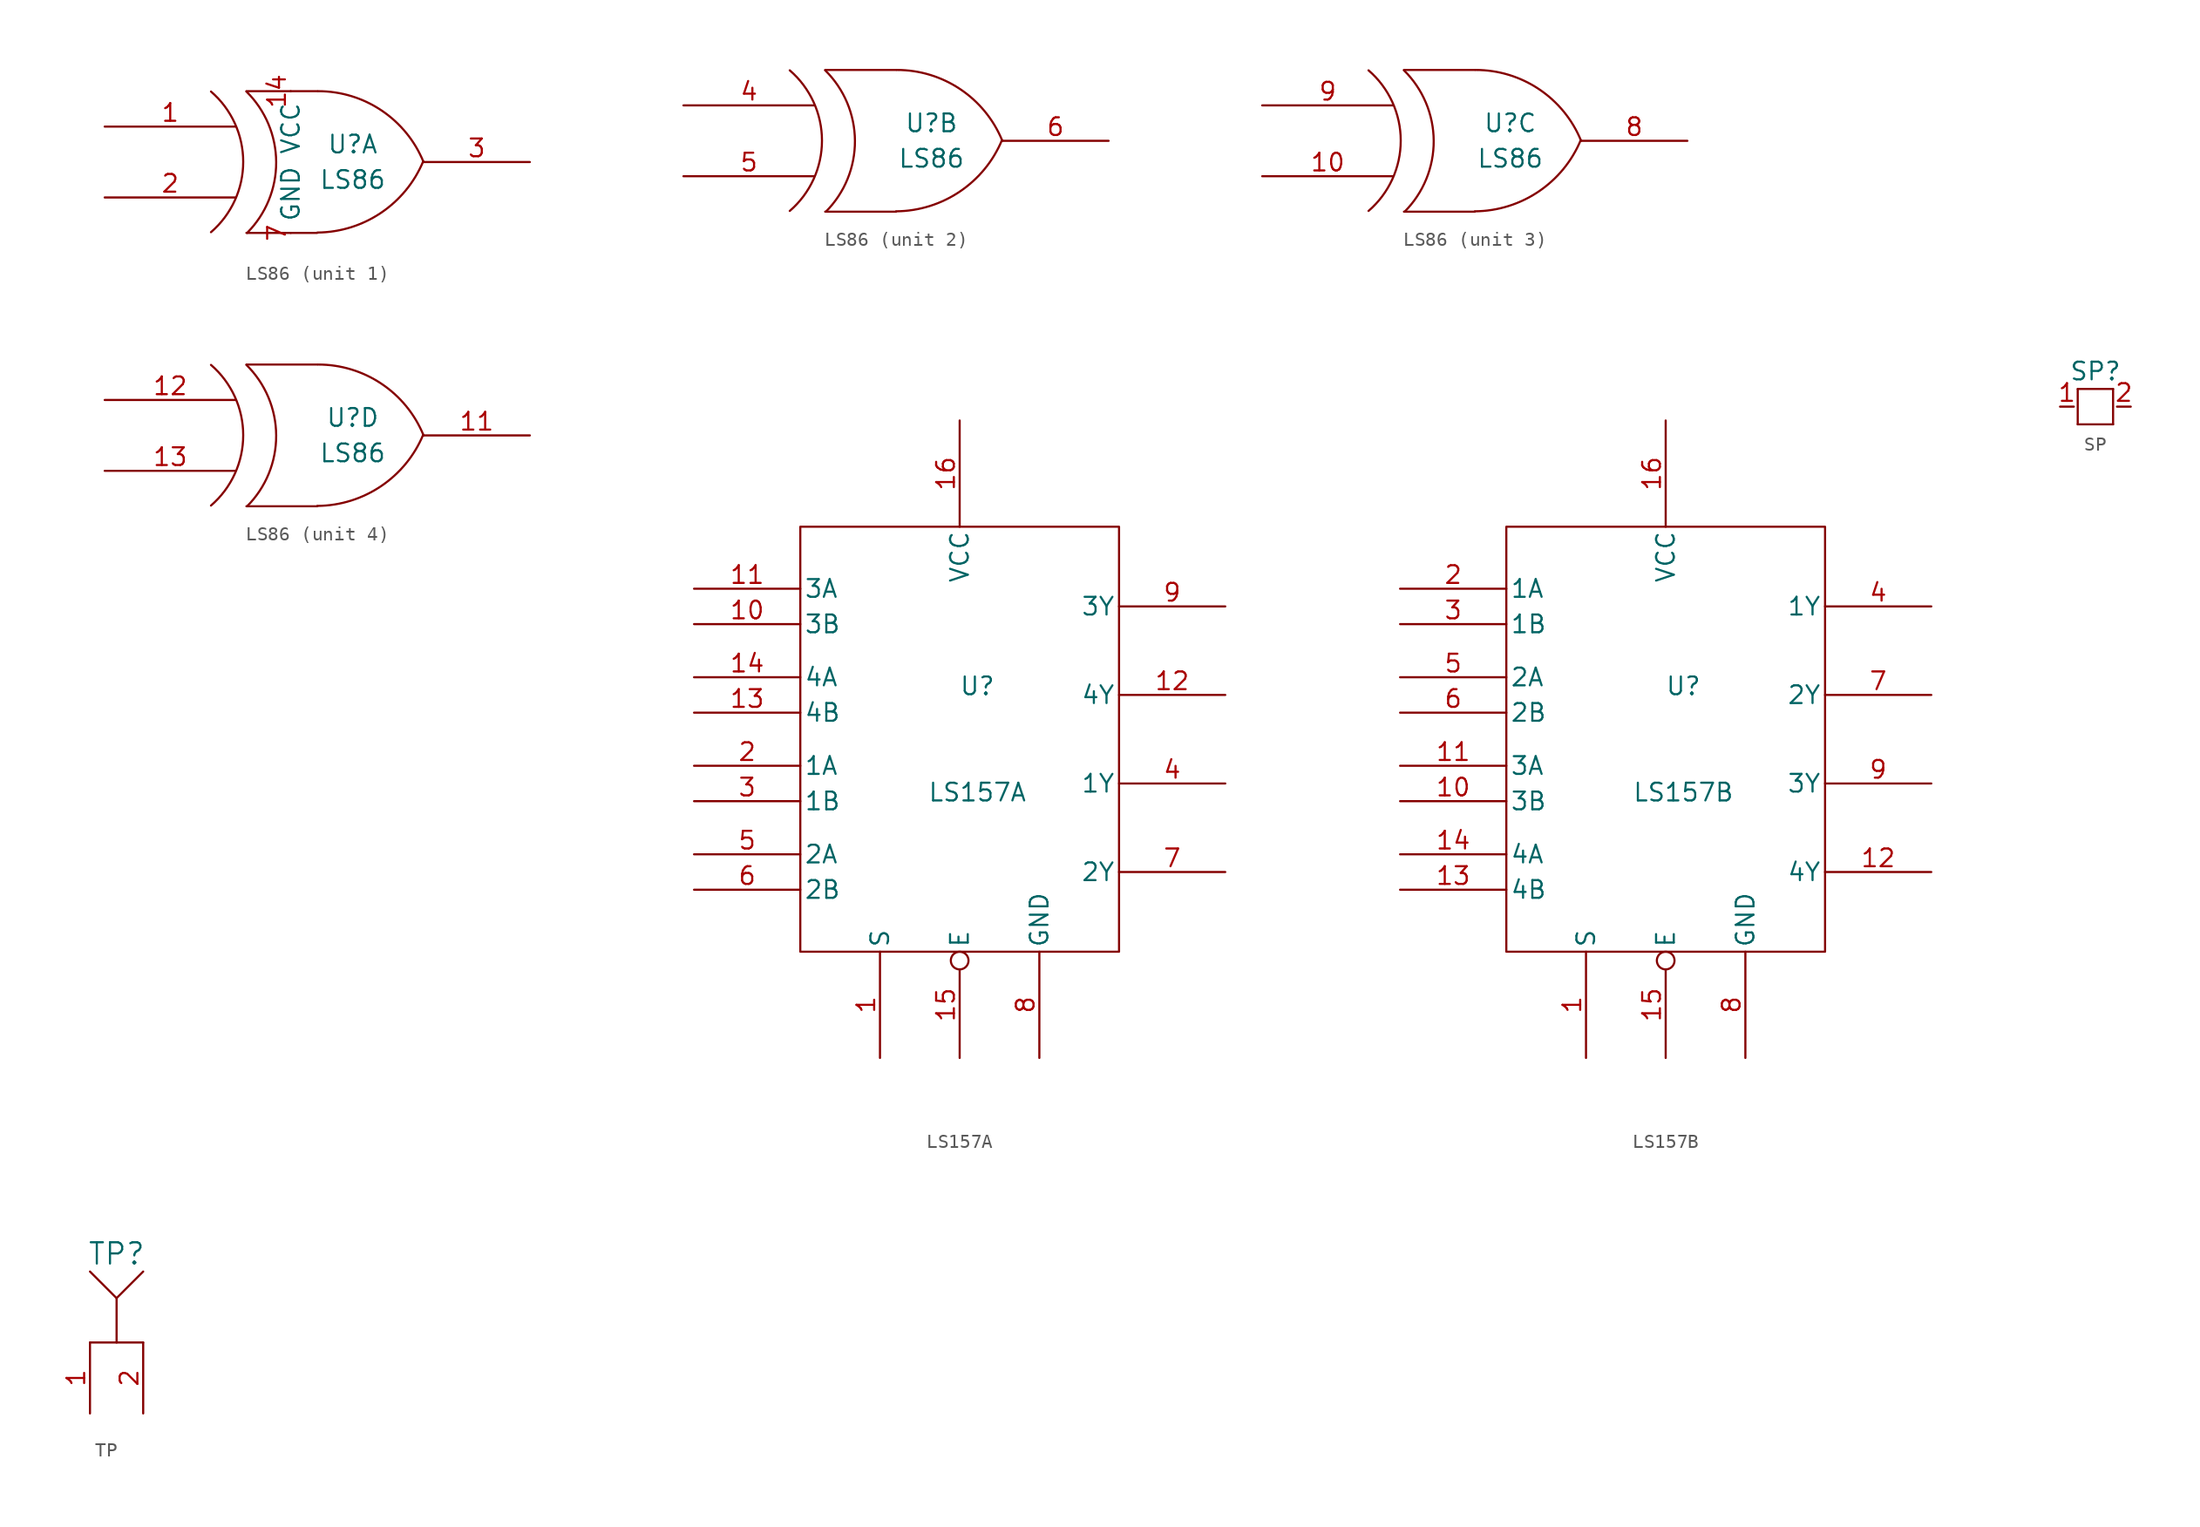
<source format=kicad_sym>
(kicad_symbol_lib
  (version 20211014)
  (generator kicad_symbol_editor)
  (symbol "LS86"
    (pin_names
      (offset 0.762))
    (property "Reference" "U"
      (at 2.54 1.27 0)
      (effects (font (size 1.27 1.27))))
    (property "Value" "LS86"
      (at 2.54 -1.27 0)
      (effects (font (size 1.27 1.27))))
    (symbol "LS86_0_1"
      (arc (start -7.62 -5.0292) (mid -5.3094 0.0082) (end -7.62 5.0546) (stroke (width 0) (type default) (color 0 0 0 0)) (fill (type none)))
      (arc (start -5.0292 -5.08) (mid -2.9462 -0.006) (end -5.08 5.0546) (stroke (width 0) (type default) (color 0 0 0 0)) (fill (type none)))
      (arc (start 0 -5.0546) (mid 4.5632 -3.6449) (end 7.5946 0.0508) (stroke (width 0) (type default) (color 0 0 0 0)) (fill (type none)))
      (polyline (pts (xy -5.08 -5.08) (xy 0 -5.08)) (stroke (width 0) (type default) (color 0 0 0 0)) (fill (type none)))
      (polyline (pts (xy -5.08 5.08) (xy 0 5.08)) (stroke (width 0) (type default) (color 0 0 0 0)) (fill (type none)))
      (arc (start 7.62 0) (mid 4.6132 3.6946) (end 0.0508 5.08) (stroke (width 0) (type default) (color 0 0 0 0)) (fill (type none))))
    (symbol "LS86_1_1"
      (pin input line (at -15.24 2.54 0) (length 9.398) (name "~" (effects (font (size 1.27 1.27)))) (number "1" (effects (font (size 1.27 1.27)))))
      (pin power_in line (at -1.905 5.08 270) (length 0) (name "VCC" (effects (font (size 1.27 1.27)))) (number "14" (effects (font (size 1.27 1.27)))))
      (pin input line (at -15.24 -2.54 0) (length 9.398) (name "~" (effects (font (size 1.27 1.27)))) (number "2" (effects (font (size 1.27 1.27)))))
      (pin output line (at 15.24 0 180) (length 7.62) (name "~" (effects (font (size 1.27 1.27)))) (number "3" (effects (font (size 1.27 1.27)))))
      (pin power_in line (at -1.905 -5.08 90) (length 0) (name "GND" (effects (font (size 1.27 1.27)))) (number "7" (effects (font (size 1.27 1.27))))))
    (symbol "LS86_2_1"
      (pin input line (at -15.24 2.54 0) (length 9.398) (name "~" (effects (font (size 1.27 1.27)))) (number "4" (effects (font (size 1.27 1.27)))))
      (pin input line (at -15.24 -2.54 0) (length 9.398) (name "~" (effects (font (size 1.27 1.27)))) (number "5" (effects (font (size 1.27 1.27)))))
      (pin output line (at 15.24 0 180) (length 7.62) (name "~" (effects (font (size 1.27 1.27)))) (number "6" (effects (font (size 1.27 1.27))))))
    (symbol "LS86_3_1"
      (pin input line (at -15.24 -2.54 0) (length 9.398) (name "~" (effects (font (size 1.27 1.27)))) (number "10" (effects (font (size 1.27 1.27)))))
      (pin output line (at 15.24 0 180) (length 7.62) (name "~" (effects (font (size 1.27 1.27)))) (number "8" (effects (font (size 1.27 1.27)))))
      (pin input line (at -15.24 2.54 0) (length 9.398) (name "~" (effects (font (size 1.27 1.27)))) (number "9" (effects (font (size 1.27 1.27))))))
    (symbol "LS86_4_1"
      (pin output line (at 15.24 0 180) (length 7.62) (name "~" (effects (font (size 1.27 1.27)))) (number "11" (effects (font (size 1.27 1.27)))))
      (pin input line (at -15.24 2.54 0) (length 9.398) (name "~" (effects (font (size 1.27 1.27)))) (number "12" (effects (font (size 1.27 1.27)))))
      (pin input line (at -15.24 -2.54 0) (length 9.398) (name "~" (effects (font (size 1.27 1.27)))) (number "13" (effects (font (size 1.27 1.27)))))))
  (symbol "LS157A"
    (pin_names
      (offset 0.254))
    (property "Reference" "U"
      (at 1.27 3.81 0)
      (effects (font (size 1.27 1.27))))
    (property "Value" "LS157A"
      (at 1.27 -3.81 0)
      (effects (font (size 1.27 1.27))))
    (symbol "LS157A_0_0"
      (pin power_in line (at 5.715 -22.86 90) (length 7.62) (name "GND" (effects (font (size 1.27 1.27)))) (number "8" (effects (font (size 1.27 1.27))))))
    (symbol "LS157A_0_1"
      (rectangle (start -11.43 15.24) (end 11.43 -15.24) (stroke (width 0) (type default) (color 0 0 0 0)) (fill (type none))))
    (symbol "LS157A_1_0"
      (pin power_in line (at 0 22.86 270) (length 7.62) (name "VCC" (effects (font (size 1.27 1.27)))) (number "16" (effects (font (size 1.27 1.27))))))
    (symbol "LS157A_1_1"
      (pin input line (at -5.715 -22.86 90) (length 7.62) (name "S" (effects (font (size 1.27 1.27)))) (number "1" (effects (font (size 1.27 1.27)))))
      (pin input line (at -19.05 8.255 0) (length 7.62) (name "3B" (effects (font (size 1.27 1.27)))) (number "10" (effects (font (size 1.27 1.27)))))
      (pin input line (at -19.05 10.795 0) (length 7.62) (name "3A" (effects (font (size 1.27 1.27)))) (number "11" (effects (font (size 1.27 1.27)))))
      (pin output line (at 19.05 3.175 180) (length 7.62) (name "4Y" (effects (font (size 1.27 1.27)))) (number "12" (effects (font (size 1.27 1.27)))))
      (pin input line (at -19.05 1.905 0) (length 7.62) (name "4B" (effects (font (size 1.27 1.27)))) (number "13" (effects (font (size 1.27 1.27)))))
      (pin input line (at -19.05 4.445 0) (length 7.62) (name "4A" (effects (font (size 1.27 1.27)))) (number "14" (effects (font (size 1.27 1.27)))))
      (pin input inverted (at 0 -22.86 90) (length 7.62) (name "E" (effects (font (size 1.27 1.27)))) (number "15" (effects (font (size 1.27 1.27)))))
      (pin input line (at -19.05 -1.905 0) (length 7.62) (name "1A" (effects (font (size 1.27 1.27)))) (number "2" (effects (font (size 1.27 1.27)))))
      (pin input line (at -19.05 -4.445 0) (length 7.62) (name "1B" (effects (font (size 1.27 1.27)))) (number "3" (effects (font (size 1.27 1.27)))))
      (pin output line (at 19.05 -3.175 180) (length 7.62) (name "1Y" (effects (font (size 1.27 1.27)))) (number "4" (effects (font (size 1.27 1.27)))))
      (pin input line (at -19.05 -8.255 0) (length 7.62) (name "2A" (effects (font (size 1.27 1.27)))) (number "5" (effects (font (size 1.27 1.27)))))
      (pin input line (at -19.05 -10.795 0) (length 7.62) (name "2B" (effects (font (size 1.27 1.27)))) (number "6" (effects (font (size 1.27 1.27)))))
      (pin output line (at 19.05 -9.525 180) (length 7.62) (name "2Y" (effects (font (size 1.27 1.27)))) (number "7" (effects (font (size 1.27 1.27)))))
      (pin output line (at 19.05 9.525 180) (length 7.62) (name "3Y" (effects (font (size 1.27 1.27)))) (number "9" (effects (font (size 1.27 1.27)))))))
  (symbol "LS157B"
    (pin_names
      (offset 0.254))
    (property "Reference" "U"
      (at 1.27 3.81 0)
      (effects (font (size 1.27 1.27))))
    (property "Value" "LS157B"
      (at 1.27 -3.81 0)
      (effects (font (size 1.27 1.27))))
    (symbol "LS157B_0_0"
      (pin power_in line (at 5.715 -22.86 90) (length 7.62) (name "GND" (effects (font (size 1.27 1.27)))) (number "8" (effects (font (size 1.27 1.27))))))
    (symbol "LS157B_0_1"
      (rectangle (start -11.43 15.24) (end 11.43 -15.24) (stroke (width 0) (type default) (color 0 0 0 0)) (fill (type none))))
    (symbol "LS157B_1_0"
      (pin power_in line (at 0 22.86 270) (length 7.62) (name "VCC" (effects (font (size 1.27 1.27)))) (number "16" (effects (font (size 1.27 1.27))))))
    (symbol "LS157B_1_1"
      (pin input line (at -5.715 -22.86 90) (length 7.62) (name "S" (effects (font (size 1.27 1.27)))) (number "1" (effects (font (size 1.27 1.27)))))
      (pin input line (at -19.05 -4.445 0) (length 7.62) (name "3B" (effects (font (size 1.27 1.27)))) (number "10" (effects (font (size 1.27 1.27)))))
      (pin input line (at -19.05 -1.905 0) (length 7.62) (name "3A" (effects (font (size 1.27 1.27)))) (number "11" (effects (font (size 1.27 1.27)))))
      (pin output line (at 19.05 -9.525 180) (length 7.62) (name "4Y" (effects (font (size 1.27 1.27)))) (number "12" (effects (font (size 1.27 1.27)))))
      (pin input line (at -19.05 -10.795 0) (length 7.62) (name "4B" (effects (font (size 1.27 1.27)))) (number "13" (effects (font (size 1.27 1.27)))))
      (pin input line (at -19.05 -8.255 0) (length 7.62) (name "4A" (effects (font (size 1.27 1.27)))) (number "14" (effects (font (size 1.27 1.27)))))
      (pin input inverted (at 0 -22.86 90) (length 7.62) (name "E" (effects (font (size 1.27 1.27)))) (number "15" (effects (font (size 1.27 1.27)))))
      (pin input line (at -19.05 10.795 0) (length 7.62) (name "1A" (effects (font (size 1.27 1.27)))) (number "2" (effects (font (size 1.27 1.27)))))
      (pin input line (at -19.05 8.255 0) (length 7.62) (name "1B" (effects (font (size 1.27 1.27)))) (number "3" (effects (font (size 1.27 1.27)))))
      (pin output line (at 19.05 9.525 180) (length 7.62) (name "1Y" (effects (font (size 1.27 1.27)))) (number "4" (effects (font (size 1.27 1.27)))))
      (pin input line (at -19.05 4.445 0) (length 7.62) (name "2A" (effects (font (size 1.27 1.27)))) (number "5" (effects (font (size 1.27 1.27)))))
      (pin input line (at -19.05 1.905 0) (length 7.62) (name "2B" (effects (font (size 1.27 1.27)))) (number "6" (effects (font (size 1.27 1.27)))))
      (pin output line (at 19.05 3.175 180) (length 7.62) (name "2Y" (effects (font (size 1.27 1.27)))) (number "7" (effects (font (size 1.27 1.27)))))
      (pin output line (at 19.05 -3.175 180) (length 7.62) (name "3Y" (effects (font (size 1.27 1.27)))) (number "9" (effects (font (size 1.27 1.27)))))))
  (symbol "SP"
    (pin_names
      (offset 1.016))
    (property "Reference" "SP"
      (at 0 2.54 0)
      (effects (font (size 1.27 1.27))))
    (symbol "SP_0_1"
      (rectangle (start -1.27 -1.27) (end -1.27 1.27) (stroke (width 0) (type default) (color 0 0 0 0)) (fill (type none)))
      (rectangle (start 1.27 -1.27) (end -1.27 -1.27) (stroke (width 0) (type default) (color 0 0 0 0)) (fill (type none)))
      (rectangle (start 1.27 1.27) (end -1.27 1.27) (stroke (width 0) (type default) (color 0 0 0 0)) (fill (type none)))
      (rectangle (start 1.27 1.27) (end 1.27 -1.27) (stroke (width 0) (type default) (color 0 0 0 0)) (fill (type none))))
    (symbol "SP_1_1"
      (pin passive line (at -2.54 0 0) (length 0.991) (name "~" (effects (font (size 1.27 1.27)))) (number "1" (effects (font (size 1.27 1.27)))))
      (pin passive line (at 2.54 0 180) (length 0.991) (name "~" (effects (font (size 1.27 1.27)))) (number "2" (effects (font (size 1.27 1.27)))))))
  (symbol "TP"
    (pin_names
      (offset 1.016))
    (property "Reference" "TP"
      (at 0 6.35 0)
      (effects (font (size 1.524 1.524))))
    (symbol "TP_0_1"
      (polyline (pts (xy 1.905 0) (xy 0 0)) (stroke (width 0) (type default) (color 0 0 0 0)) (fill (type none)))
      (polyline (pts (xy -1.905 5.08) (xy 0 3.175) (xy 1.905 5.08)) (stroke (width 0) (type default) (color 0 0 0 0)) (fill (type none)))
      (polyline (pts (xy 0 3.175) (xy 0 0) (xy -1.905 0)) (stroke (width 0) (type default) (color 0 0 0 0)) (fill (type none))))
    (symbol "TP_1_1"
      (pin input line (at -1.905 -5.08 90) (length 5.08) (name "~" (effects (font (size 1.27 1.27)))) (number "1" (effects (font (size 1.27 1.27)))))
      (pin input line (at 1.905 -5.08 90) (length 5.08) (name "~" (effects (font (size 1.27 1.27)))) (number "2" (effects (font (size 1.27 1.27))))))))
</source>
